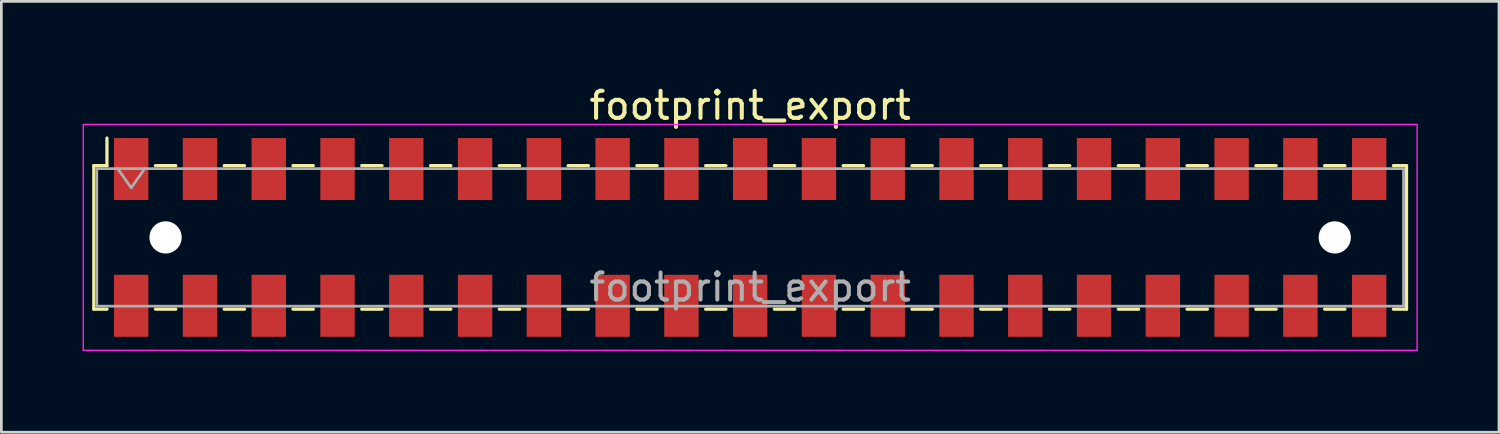
<source format=kicad_pcb>
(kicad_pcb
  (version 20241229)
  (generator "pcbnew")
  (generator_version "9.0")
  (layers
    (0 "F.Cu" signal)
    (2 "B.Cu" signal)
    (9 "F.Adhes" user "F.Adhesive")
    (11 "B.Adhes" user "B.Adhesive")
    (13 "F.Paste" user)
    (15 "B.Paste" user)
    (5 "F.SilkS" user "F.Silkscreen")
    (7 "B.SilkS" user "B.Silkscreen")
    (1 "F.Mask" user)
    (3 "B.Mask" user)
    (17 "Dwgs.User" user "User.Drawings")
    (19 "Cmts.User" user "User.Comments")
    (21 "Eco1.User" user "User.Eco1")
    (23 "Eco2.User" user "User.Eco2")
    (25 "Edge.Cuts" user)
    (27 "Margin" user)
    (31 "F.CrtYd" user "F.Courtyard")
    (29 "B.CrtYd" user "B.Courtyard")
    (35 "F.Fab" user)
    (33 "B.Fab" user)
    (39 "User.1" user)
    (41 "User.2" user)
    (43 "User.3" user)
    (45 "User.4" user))
  (footprint "footprint_export"
    (layer "F.Cu")
    (at 24.655 5.718)
    (property "Reference" "footprint_export" (at 0 -4.87 0) (layer "F.SilkS") (effects (font (size 1 1) (thickness 0.15))))
    (attr smd)
    (fp_line (start -24.24 -2.65) (end -24.24 2.65) (stroke (width 0.12) (type solid)) (layer "F.SilkS"))
    (fp_line (start -24.24 2.65) (end -23.755 2.65) (stroke (width 0.12) (type solid)) (layer "F.SilkS"))
    (fp_line (start -23.755 -3.67) (end -23.755 -2.65) (stroke (width 0.12) (type solid)) (layer "F.SilkS"))
    (fp_line (start -23.755 -2.65) (end -24.24 -2.65) (stroke (width 0.12) (type solid)) (layer "F.SilkS"))
    (fp_line (start -21.965 -2.65) (end -21.215 -2.65) (stroke (width 0.12) (type solid)) (layer "F.SilkS"))
    (fp_line (start -21.965 2.65) (end -21.215 2.65) (stroke (width 0.12) (type solid)) (layer "F.SilkS"))
    (fp_line (start -19.425 -2.65) (end -18.675 -2.65) (stroke (width 0.12) (type solid)) (layer "F.SilkS"))
    (fp_line (start -19.425 2.65) (end -18.675 2.65) (stroke (width 0.12) (type solid)) (layer "F.SilkS"))
    (fp_line (start -16.885 -2.65) (end -16.135 -2.65) (stroke (width 0.12) (type solid)) (layer "F.SilkS"))
    (fp_line (start -16.885 2.65) (end -16.135 2.65) (stroke (width 0.12) (type solid)) (layer "F.SilkS"))
    (fp_line (start -14.345 -2.65) (end -13.595 -2.65) (stroke (width 0.12) (type solid)) (layer "F.SilkS"))
    (fp_line (start -14.345 2.65) (end -13.595 2.65) (stroke (width 0.12) (type solid)) (layer "F.SilkS"))
    (fp_line (start -11.805 -2.65) (end -11.055 -2.65) (stroke (width 0.12) (type solid)) (layer "F.SilkS"))
    (fp_line (start -11.805 2.65) (end -11.055 2.65) (stroke (width 0.12) (type solid)) (layer "F.SilkS"))
    (fp_line (start -9.265 -2.65) (end -8.515 -2.65) (stroke (width 0.12) (type solid)) (layer "F.SilkS"))
    (fp_line (start -9.265 2.65) (end -8.515 2.65) (stroke (width 0.12) (type solid)) (layer "F.SilkS"))
    (fp_line (start -6.725 -2.65) (end -5.975 -2.65) (stroke (width 0.12) (type solid)) (layer "F.SilkS"))
    (fp_line (start -6.725 2.65) (end -5.975 2.65) (stroke (width 0.12) (type solid)) (layer "F.SilkS"))
    (fp_line (start -4.185 -2.65) (end -3.435 -2.65) (stroke (width 0.12) (type solid)) (layer "F.SilkS"))
    (fp_line (start -4.185 2.65) (end -3.435 2.65) (stroke (width 0.12) (type solid)) (layer "F.SilkS"))
    (fp_line (start -1.645 -2.65) (end -0.895 -2.65) (stroke (width 0.12) (type solid)) (layer "F.SilkS"))
    (fp_line (start -1.645 2.65) (end -0.895 2.65) (stroke (width 0.12) (type solid)) (layer "F.SilkS"))
    (fp_line (start 0.895 -2.65) (end 1.645 -2.65) (stroke (width 0.12) (type solid)) (layer "F.SilkS"))
    (fp_line (start 0.895 2.65) (end 1.645 2.65) (stroke (width 0.12) (type solid)) (layer "F.SilkS"))
    (fp_line (start 3.435 -2.65) (end 4.185 -2.65) (stroke (width 0.12) (type solid)) (layer "F.SilkS"))
    (fp_line (start 3.435 2.65) (end 4.185 2.65) (stroke (width 0.12) (type solid)) (layer "F.SilkS"))
    (fp_line (start 5.975 -2.65) (end 6.725 -2.65) (stroke (width 0.12) (type solid)) (layer "F.SilkS"))
    (fp_line (start 5.975 2.65) (end 6.725 2.65) (stroke (width 0.12) (type solid)) (layer "F.SilkS"))
    (fp_line (start 8.515 -2.65) (end 9.265 -2.65) (stroke (width 0.12) (type solid)) (layer "F.SilkS"))
    (fp_line (start 8.515 2.65) (end 9.265 2.65) (stroke (width 0.12) (type solid)) (layer "F.SilkS"))
    (fp_line (start 11.055 -2.65) (end 11.805 -2.65) (stroke (width 0.12) (type solid)) (layer "F.SilkS"))
    (fp_line (start 11.055 2.65) (end 11.805 2.65) (stroke (width 0.12) (type solid)) (layer "F.SilkS"))
    (fp_line (start 13.595 -2.65) (end 14.345 -2.65) (stroke (width 0.12) (type solid)) (layer "F.SilkS"))
    (fp_line (start 13.595 2.65) (end 14.345 2.65) (stroke (width 0.12) (type solid)) (layer "F.SilkS"))
    (fp_line (start 16.135 -2.65) (end 16.885 -2.65) (stroke (width 0.12) (type solid)) (layer "F.SilkS"))
    (fp_line (start 16.135 2.65) (end 16.885 2.65) (stroke (width 0.12) (type solid)) (layer "F.SilkS"))
    (fp_line (start 18.675 -2.65) (end 19.425 -2.65) (stroke (width 0.12) (type solid)) (layer "F.SilkS"))
    (fp_line (start 18.675 2.65) (end 19.425 2.65) (stroke (width 0.12) (type solid)) (layer "F.SilkS"))
    (fp_line (start 21.215 -2.65) (end 21.965 -2.65) (stroke (width 0.12) (type solid)) (layer "F.SilkS"))
    (fp_line (start 21.215 2.65) (end 21.965 2.65) (stroke (width 0.12) (type solid)) (layer "F.SilkS"))
    (fp_line (start 23.755 -2.65) (end 24.24 -2.65) (stroke (width 0.12) (type solid)) (layer "F.SilkS"))
    (fp_line (start 24.24 -2.65) (end 24.24 2.65) (stroke (width 0.12) (type solid)) (layer "F.SilkS"))
    (fp_line (start 24.24 2.65) (end 23.755 2.65) (stroke (width 0.12) (type solid)) (layer "F.SilkS"))
    (fp_line (start -24.63 -4.17) (end 24.63 -4.17) (stroke (width 0.05) (type solid)) (layer "F.CrtYd"))
    (fp_line (start -24.63 4.17) (end -24.63 -4.17) (stroke (width 0.05) (type solid)) (layer "F.CrtYd"))
    (fp_line (start 24.63 -4.17) (end 24.63 4.17) (stroke (width 0.05) (type solid)) (layer "F.CrtYd"))
    (fp_line (start 24.63 4.17) (end -24.63 4.17) (stroke (width 0.05) (type solid)) (layer "F.CrtYd"))
    (fp_line (start -24.13 -2.54) (end 24.13 -2.54) (stroke (width 0.1) (type solid)) (layer "F.Fab"))
    (fp_line (start -24.13 2.54) (end -24.13 -2.54) (stroke (width 0.1) (type solid)) (layer "F.Fab"))
    (fp_line (start -23.36 -2.54) (end -22.86 -1.833) (stroke (width 0.1) (type solid)) (layer "F.Fab"))
    (fp_line (start -22.86 -1.833) (end -22.36 -2.54) (stroke (width 0.1) (type solid)) (layer "F.Fab"))
    (fp_line (start 24.13 -2.54) (end 24.13 2.54) (stroke (width 0.1) (type solid)) (layer "F.Fab"))
    (fp_line (start 24.13 2.54) (end -24.13 2.54) (stroke (width 0.1) (type solid)) (layer "F.Fab"))
    (fp_text user "${REFERENCE}" (at 0 1.84 0) (layer "F.Fab") (effects (font (size 1 1) (thickness 0.15))))
    (pad "" np_thru_hole circle (at -21.59 0) (size 1.19 1.19) (drill 1.19) (layers "*.Cu" "*.Mask"))
    (pad "" np_thru_hole circle (at 21.59 0) (size 1.19 1.19) (drill 1.19) (layers "*.Cu" "*.Mask"))
    (pad "1" smd rect (at -22.86 -2.525) (size 1.27 2.29) (layers "F.Cu" "F.Mask" "F.Paste"))
    (pad "2" smd rect (at -22.86 2.525) (size 1.27 2.29) (layers "F.Cu" "F.Mask" "F.Paste"))
    (pad "3" smd rect (at -20.32 -2.525) (size 1.27 2.29) (layers "F.Cu" "F.Mask" "F.Paste"))
    (pad "4" smd rect (at -20.32 2.525) (size 1.27 2.29) (layers "F.Cu" "F.Mask" "F.Paste"))
    (pad "5" smd rect (at -17.78 -2.525) (size 1.27 2.29) (layers "F.Cu" "F.Mask" "F.Paste"))
    (pad "6" smd rect (at -17.78 2.525) (size 1.27 2.29) (layers "F.Cu" "F.Mask" "F.Paste"))
    (pad "7" smd rect (at -15.24 -2.525) (size 1.27 2.29) (layers "F.Cu" "F.Mask" "F.Paste"))
    (pad "8" smd rect (at -15.24 2.525) (size 1.27 2.29) (layers "F.Cu" "F.Mask" "F.Paste"))
    (pad "9" smd rect (at -12.7 -2.525) (size 1.27 2.29) (layers "F.Cu" "F.Mask" "F.Paste"))
    (pad "10" smd rect (at -12.7 2.525) (size 1.27 2.29) (layers "F.Cu" "F.Mask" "F.Paste"))
    (pad "11" smd rect (at -10.16 -2.525) (size 1.27 2.29) (layers "F.Cu" "F.Mask" "F.Paste"))
    (pad "12" smd rect (at -10.16 2.525) (size 1.27 2.29) (layers "F.Cu" "F.Mask" "F.Paste"))
    (pad "13" smd rect (at -7.62 -2.525) (size 1.27 2.29) (layers "F.Cu" "F.Mask" "F.Paste"))
    (pad "14" smd rect (at -7.62 2.525) (size 1.27 2.29) (layers "F.Cu" "F.Mask" "F.Paste"))
    (pad "15" smd rect (at -5.08 -2.525) (size 1.27 2.29) (layers "F.Cu" "F.Mask" "F.Paste"))
    (pad "16" smd rect (at -5.08 2.525) (size 1.27 2.29) (layers "F.Cu" "F.Mask" "F.Paste"))
    (pad "17" smd rect (at -2.54 -2.525) (size 1.27 2.29) (layers "F.Cu" "F.Mask" "F.Paste"))
    (pad "18" smd rect (at -2.54 2.525) (size 1.27 2.29) (layers "F.Cu" "F.Mask" "F.Paste"))
    (pad "19" smd rect (at 0 -2.525) (size 1.27 2.29) (layers "F.Cu" "F.Mask" "F.Paste"))
    (pad "20" smd rect (at 0 2.525) (size 1.27 2.29) (layers "F.Cu" "F.Mask" "F.Paste"))
    (pad "21" smd rect (at 2.54 -2.525) (size 1.27 2.29) (layers "F.Cu" "F.Mask" "F.Paste"))
    (pad "22" smd rect (at 2.54 2.525) (size 1.27 2.29) (layers "F.Cu" "F.Mask" "F.Paste"))
    (pad "23" smd rect (at 5.08 -2.525) (size 1.27 2.29) (layers "F.Cu" "F.Mask" "F.Paste"))
    (pad "24" smd rect (at 5.08 2.525) (size 1.27 2.29) (layers "F.Cu" "F.Mask" "F.Paste"))
    (pad "25" smd rect (at 7.62 -2.525) (size 1.27 2.29) (layers "F.Cu" "F.Mask" "F.Paste"))
    (pad "26" smd rect (at 7.62 2.525) (size 1.27 2.29) (layers "F.Cu" "F.Mask" "F.Paste"))
    (pad "27" smd rect (at 10.16 -2.525) (size 1.27 2.29) (layers "F.Cu" "F.Mask" "F.Paste"))
    (pad "28" smd rect (at 10.16 2.525) (size 1.27 2.29) (layers "F.Cu" "F.Mask" "F.Paste"))
    (pad "29" smd rect (at 12.7 -2.525) (size 1.27 2.29) (layers "F.Cu" "F.Mask" "F.Paste"))
    (pad "30" smd rect (at 12.7 2.525) (size 1.27 2.29) (layers "F.Cu" "F.Mask" "F.Paste"))
    (pad "31" smd rect (at 15.24 -2.525) (size 1.27 2.29) (layers "F.Cu" "F.Mask" "F.Paste"))
    (pad "32" smd rect (at 15.24 2.525) (size 1.27 2.29) (layers "F.Cu" "F.Mask" "F.Paste"))
    (pad "33" smd rect (at 17.78 -2.525) (size 1.27 2.29) (layers "F.Cu" "F.Mask" "F.Paste"))
    (pad "34" smd rect (at 17.78 2.525) (size 1.27 2.29) (layers "F.Cu" "F.Mask" "F.Paste"))
    (pad "35" smd rect (at 20.32 -2.525) (size 1.27 2.29) (layers "F.Cu" "F.Mask" "F.Paste"))
    (pad "36" smd rect (at 20.32 2.525) (size 1.27 2.29) (layers "F.Cu" "F.Mask" "F.Paste"))
    (pad "37" smd rect (at 22.86 -2.525) (size 1.27 2.29) (layers "F.Cu" "F.Mask" "F.Paste"))
    (pad "38" smd rect (at 22.86 2.525) (size 1.27 2.29) (layers "F.Cu" "F.Mask" "F.Paste")))
  (gr_rect
    (start -3 -3)
    (end 52.31 12.913)
    (stroke (width 0.1) (type default))
    (fill no)
    (layer "Edge.Cuts")))
</source>
